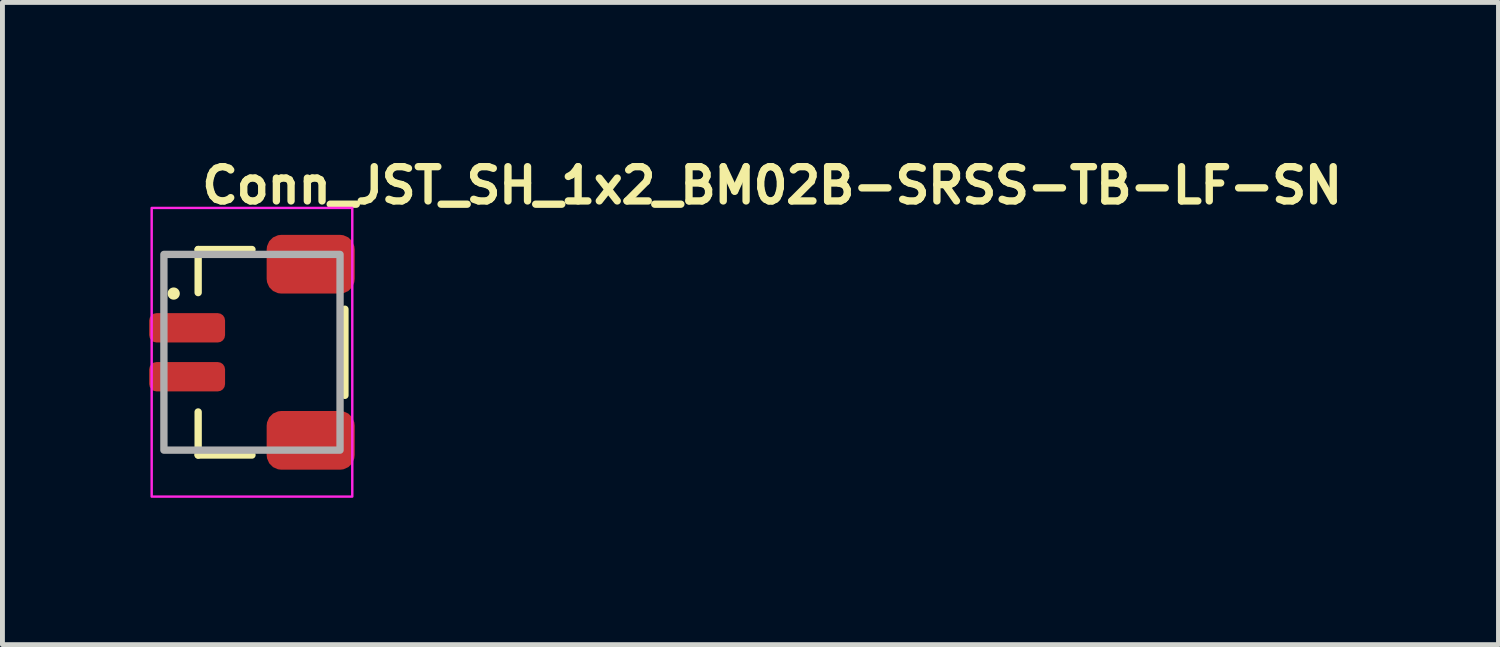
<source format=kicad_pcb>
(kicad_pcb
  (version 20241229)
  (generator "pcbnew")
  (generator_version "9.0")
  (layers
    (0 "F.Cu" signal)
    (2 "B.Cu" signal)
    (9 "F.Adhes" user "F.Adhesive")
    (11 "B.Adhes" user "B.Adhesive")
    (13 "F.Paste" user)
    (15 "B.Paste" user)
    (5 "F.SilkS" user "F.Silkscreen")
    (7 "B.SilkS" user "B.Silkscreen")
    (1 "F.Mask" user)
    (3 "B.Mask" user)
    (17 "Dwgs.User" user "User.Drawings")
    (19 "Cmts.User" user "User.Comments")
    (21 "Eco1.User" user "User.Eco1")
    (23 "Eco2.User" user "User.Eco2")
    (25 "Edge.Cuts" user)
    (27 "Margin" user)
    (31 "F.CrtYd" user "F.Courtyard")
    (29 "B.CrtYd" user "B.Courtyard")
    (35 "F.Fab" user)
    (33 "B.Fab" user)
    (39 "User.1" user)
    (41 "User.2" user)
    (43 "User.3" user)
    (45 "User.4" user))
  (footprint "Conn_JST_SH_1x2_BM02B-SRSS-TB-LF-SN"
    (layer "F.Cu")
    (at 2.1 4.15)
    (property "Reference" "Conn_JST_SH_1x2_BM02B-SRSS-TB-LF-SN" (at -1.1 -3 0) (layer "F.SilkS") (effects (font (size 0.7 0.7) (thickness 0.15)) (justify left bottom)))
    (attr smd)
    (fp_line (start -1.1 -2.1) (end 0 -2.1) (stroke (width 0.15) (type solid)) (layer "F.SilkS"))
    (fp_line (start -1.1 -1.22) (end -1.1 -2.1) (stroke (width 0.15) (type solid)) (layer "F.SilkS"))
    (fp_line (start -1.1 2.1) (end -1.1 1.22) (stroke (width 0.15) (type solid)) (layer "F.SilkS"))
    (fp_line (start -1.1 2.1) (end 0 2.1) (stroke (width 0.15) (type solid)) (layer "F.SilkS"))
    (fp_line (start 1.9 -0.88) (end 1.9 0.88) (stroke (width 0.15) (type solid)) (layer "F.SilkS"))
    (fp_circle (center -1.6 -1.2) (end -1.55 -1.2) (stroke (width 0.15) (type solid)) (fill yes) (layer "F.SilkS"))
    (fp_rect (start -2.05 -2.95) (end 2.05 2.95) (stroke (width 0.05) (type solid)) (fill no) (layer "F.CrtYd"))
    (fp_rect (start -1.8 -2) (end 1.8 2) (stroke (width 0.15) (type solid)) (fill no) (layer "F.Fab"))
    (fp_rect (start -1.8 -2) (end 1.8 2) (stroke (width 0.1) (type solid)) (fill no) (layer "User.5"))
    (fp_line (start -1.8 -0.425) (end -1.8 -0.575) (stroke (width 0.02) (type solid)) (layer "User.9"))
    (fp_line (start -1.8 0.575) (end -1.8 0.425) (stroke (width 0.02) (type solid)) (layer "User.9"))
    (fp_line (start -1.799 -0.575) (end -1.8 -0.575) (stroke (width 0.02) (type solid)) (layer "User.9"))
    (fp_line (start -1.799 -0.425) (end -1.8 -0.425) (stroke (width 0.02) (type solid)) (layer "User.9"))
    (fp_line (start -1.799 0.425) (end -1.8 0.425) (stroke (width 0.02) (type solid)) (layer "User.9"))
    (fp_line (start -1.799 0.575) (end -1.8 0.575) (stroke (width 0.02) (type solid)) (layer "User.9"))
    (fp_line (start -1.798 -0.575) (end -1.799 -0.575) (stroke (width 0.02) (type solid)) (layer "User.9"))
    (fp_line (start -1.798 -0.425) (end -1.799 -0.425) (stroke (width 0.02) (type solid)) (layer "User.9"))
    (fp_line (start -1.798 0.425) (end -1.799 0.425) (stroke (width 0.02) (type solid)) (layer "User.9"))
    (fp_line (start -1.798 0.575) (end -1.799 0.575) (stroke (width 0.02) (type solid)) (layer "User.9"))
    (fp_line (start -1.795 -0.575) (end -1.798 -0.575) (stroke (width 0.02) (type solid)) (layer "User.9"))
    (fp_line (start -1.795 -0.425) (end -1.798 -0.425) (stroke (width 0.02) (type solid)) (layer "User.9"))
    (fp_line (start -1.795 0.425) (end -1.798 0.425) (stroke (width 0.02) (type solid)) (layer "User.9"))
    (fp_line (start -1.795 0.575) (end -1.798 0.575) (stroke (width 0.02) (type solid)) (layer "User.9"))
    (fp_line (start -1.791 -0.575) (end -1.795 -0.575) (stroke (width 0.02) (type solid)) (layer "User.9"))
    (fp_line (start -1.791 -0.425) (end -1.795 -0.425) (stroke (width 0.02) (type solid)) (layer "User.9"))
    (fp_line (start -1.791 0.425) (end -1.795 0.425) (stroke (width 0.02) (type solid)) (layer "User.9"))
    (fp_line (start -1.791 0.575) (end -1.795 0.575) (stroke (width 0.02) (type solid)) (layer "User.9"))
    (fp_line (start -1.786 -0.575) (end -1.791 -0.575) (stroke (width 0.02) (type solid)) (layer "User.9"))
    (fp_line (start -1.786 -0.425) (end -1.791 -0.425) (stroke (width 0.02) (type solid)) (layer "User.9"))
    (fp_line (start -1.786 0.425) (end -1.791 0.425) (stroke (width 0.02) (type solid)) (layer "User.9"))
    (fp_line (start -1.786 0.575) (end -1.791 0.575) (stroke (width 0.02) (type solid)) (layer "User.9"))
    (fp_line (start -1.78 -0.575) (end -1.786 -0.575) (stroke (width 0.02) (type solid)) (layer "User.9"))
    (fp_line (start -1.78 -0.425) (end -1.786 -0.425) (stroke (width 0.02) (type solid)) (layer "User.9"))
    (fp_line (start -1.78 0.425) (end -1.786 0.425) (stroke (width 0.02) (type solid)) (layer "User.9"))
    (fp_line (start -1.78 0.575) (end -1.786 0.575) (stroke (width 0.02) (type solid)) (layer "User.9"))
    (fp_line (start -1.774 -0.575) (end -1.78 -0.575) (stroke (width 0.02) (type solid)) (layer "User.9"))
    (fp_line (start -1.774 -0.425) (end -1.78 -0.425) (stroke (width 0.02) (type solid)) (layer "User.9"))
    (fp_line (start -1.774 0.425) (end -1.78 0.425) (stroke (width 0.02) (type solid)) (layer "User.9"))
    (fp_line (start -1.774 0.575) (end -1.78 0.575) (stroke (width 0.02) (type solid)) (layer "User.9"))
    (fp_line (start -1.766 -0.575) (end -1.774 -0.575) (stroke (width 0.02) (type solid)) (layer "User.9"))
    (fp_line (start -1.766 -0.425) (end -1.774 -0.425) (stroke (width 0.02) (type solid)) (layer "User.9"))
    (fp_line (start -1.766 0.425) (end -1.774 0.425) (stroke (width 0.02) (type solid)) (layer "User.9"))
    (fp_line (start -1.766 0.575) (end -1.774 0.575) (stroke (width 0.02) (type solid)) (layer "User.9"))
    (fp_line (start -1.758 -0.575) (end -1.766 -0.575) (stroke (width 0.02) (type solid)) (layer "User.9"))
    (fp_line (start -1.758 -0.425) (end -1.766 -0.425) (stroke (width 0.02) (type solid)) (layer "User.9"))
    (fp_line (start -1.758 0.425) (end -1.766 0.425) (stroke (width 0.02) (type solid)) (layer "User.9"))
    (fp_line (start -1.758 0.575) (end -1.766 0.575) (stroke (width 0.02) (type solid)) (layer "User.9"))
    (fp_line (start -1.749 -0.575) (end -1.758 -0.575) (stroke (width 0.02) (type solid)) (layer "User.9"))
    (fp_line (start -1.749 -0.425) (end -1.758 -0.425) (stroke (width 0.02) (type solid)) (layer "User.9"))
    (fp_line (start -1.749 0.425) (end -1.758 0.425) (stroke (width 0.02) (type solid)) (layer "User.9"))
    (fp_line (start -1.749 0.575) (end -1.758 0.575) (stroke (width 0.02) (type solid)) (layer "User.9"))
    (fp_line (start -1.74 -0.575) (end -1.749 -0.575) (stroke (width 0.02) (type solid)) (layer "User.9"))
    (fp_line (start -1.74 -0.425) (end -1.749 -0.425) (stroke (width 0.02) (type solid)) (layer "User.9"))
    (fp_line (start -1.74 0.425) (end -1.749 0.425) (stroke (width 0.02) (type solid)) (layer "User.9"))
    (fp_line (start -1.74 0.575) (end -1.749 0.575) (stroke (width 0.02) (type solid)) (layer "User.9"))
    (fp_line (start -1.73 -0.575) (end -1.74 -0.575) (stroke (width 0.02) (type solid)) (layer "User.9"))
    (fp_line (start -1.73 -0.425) (end -1.74 -0.425) (stroke (width 0.02) (type solid)) (layer "User.9"))
    (fp_line (start -1.73 0.425) (end -1.74 0.425) (stroke (width 0.02) (type solid)) (layer "User.9"))
    (fp_line (start -1.73 0.575) (end -1.74 0.575) (stroke (width 0.02) (type solid)) (layer "User.9"))
    (fp_line (start -1.72 -0.575) (end -1.73 -0.575) (stroke (width 0.02) (type solid)) (layer "User.9"))
    (fp_line (start -1.72 -0.425) (end -1.73 -0.425) (stroke (width 0.02) (type solid)) (layer "User.9"))
    (fp_line (start -1.72 0.425) (end -1.73 0.425) (stroke (width 0.02) (type solid)) (layer "User.9"))
    (fp_line (start -1.72 0.575) (end -1.73 0.575) (stroke (width 0.02) (type solid)) (layer "User.9"))
    (fp_line (start -1.71 -0.575) (end -1.72 -0.575) (stroke (width 0.02) (type solid)) (layer "User.9"))
    (fp_line (start -1.71 -0.425) (end -1.72 -0.425) (stroke (width 0.02) (type solid)) (layer "User.9"))
    (fp_line (start -1.71 -0.425) (end -1.71 -0.575) (stroke (width 0.02) (type solid)) (layer "User.9"))
    (fp_line (start -1.71 0.425) (end -1.72 0.425) (stroke (width 0.02) (type solid)) (layer "User.9"))
    (fp_line (start -1.71 0.575) (end -1.72 0.575) (stroke (width 0.02) (type solid)) (layer "User.9"))
    (fp_line (start -1.71 0.575) (end -1.71 0.425) (stroke (width 0.02) (type solid)) (layer "User.9"))
    (fp_line (start -1.287 -0.575) (end -1.71 -0.575) (stroke (width 0.02) (type solid)) (layer "User.9"))
    (fp_line (start -1.287 -0.425) (end -1.71 -0.425) (stroke (width 0.02) (type solid)) (layer "User.9"))
    (fp_line (start -1.287 -0.425) (end -1.287 -0.575) (stroke (width 0.02) (type solid)) (layer "User.9"))
    (fp_line (start -1.287 0.425) (end -1.71 0.425) (stroke (width 0.02) (type solid)) (layer "User.9"))
    (fp_line (start -1.287 0.575) (end -1.71 0.575) (stroke (width 0.02) (type solid)) (layer "User.9"))
    (fp_line (start -1.287 0.575) (end -1.287 0.425) (stroke (width 0.02) (type solid)) (layer "User.9"))
    (fp_line (start -1.1 -0.575) (end -1.287 -0.575) (stroke (width 0.02) (type solid)) (layer "User.9"))
    (fp_line (start -1.1 -0.425) (end -1.287 -0.425) (stroke (width 0.02) (type solid)) (layer "User.9"))
    (fp_line (start -1.1 0.425) (end -1.287 0.425) (stroke (width 0.02) (type solid)) (layer "User.9"))
    (fp_line (start -1.1 0.575) (end -1.287 0.575) (stroke (width 0.02) (type solid)) (layer "User.9"))
    (fp_line (start -1.1 1.2) (end -1.1 -1.2) (stroke (width 0.02) (type solid)) (layer "User.9"))
    (fp_line (start -0.98 -2) (end -0.6 -2) (stroke (width 0.02) (type solid)) (layer "User.9"))
    (fp_line (start -0.98 -1.5) (end -0.98 -2) (stroke (width 0.02) (type solid)) (layer "User.9"))
    (fp_line (start -0.98 -1.2) (end -1.1 -1.2) (stroke (width 0.02) (type solid)) (layer "User.9"))
    (fp_line (start -0.98 -1.2) (end -0.98 -1.5) (stroke (width 0.02) (type solid)) (layer "User.9"))
    (fp_line (start -0.98 1.2) (end -1.1 1.2) (stroke (width 0.02) (type solid)) (layer "User.9"))
    (fp_line (start -0.98 1.2) (end -0.98 1.5) (stroke (width 0.02) (type solid)) (layer "User.9"))
    (fp_line (start -0.98 1.5) (end -0.98 2) (stroke (width 0.02) (type solid)) (layer "User.9"))
    (fp_line (start -0.98 2) (end -0.6 2) (stroke (width 0.02) (type solid)) (layer "User.9"))
    (fp_line (start -0.855 -1.75) (end -0.855 -1.5) (stroke (width 0.02) (type solid)) (layer "User.9"))
    (fp_line (start -0.855 1.5) (end -0.855 1.75) (stroke (width 0.02) (type solid)) (layer "User.9"))
    (fp_line (start -0.855 1.75) (end -0.6 1.75) (stroke (width 0.02) (type solid)) (layer "User.9"))
    (fp_line (start -0.83 -1.35) (end 0.35 -1.35) (stroke (width 0.02) (type solid)) (layer "User.9"))
    (fp_line (start -0.83 1.35) (end -0.83 -1.35) (stroke (width 0.02) (type solid)) (layer "User.9"))
    (fp_line (start -0.73 -1.25) (end -0.83 -1.35) (stroke (width 0.02) (type solid)) (layer "User.9"))
    (fp_line (start -0.73 -1.25) (end -0.73 1.25) (stroke (width 0.02) (type solid)) (layer "User.9"))
    (fp_line (start -0.73 1.25) (end -0.83 1.35) (stroke (width 0.02) (type solid)) (layer "User.9"))
    (fp_line (start -0.73 1.25) (end 0.45 1.25) (stroke (width 0.02) (type solid)) (layer "User.9"))
    (fp_line (start -0.6 -2) (end -0.5 -2) (stroke (width 0.02) (type solid)) (layer "User.9"))
    (fp_line (start -0.6 -1.75) (end -0.855 -1.75) (stroke (width 0.02) (type solid)) (layer "User.9"))
    (fp_line (start -0.6 -1.5) (end -0.6 -2) (stroke (width 0.02) (type solid)) (layer "User.9"))
    (fp_line (start -0.6 1.5) (end -0.6 2) (stroke (width 0.02) (type solid)) (layer "User.9"))
    (fp_line (start -0.6 2) (end -0.5 2) (stroke (width 0.02) (type solid)) (layer "User.9"))
    (fp_line (start -0.5 -2) (end 0.1 -2) (stroke (width 0.02) (type solid)) (layer "User.9"))
    (fp_line (start -0.5 -1.5) (end -0.5 -2) (stroke (width 0.02) (type solid)) (layer "User.9"))
    (fp_line (start -0.5 1.5) (end -0.5 2) (stroke (width 0.02) (type solid)) (layer "User.9"))
    (fp_line (start -0.5 2) (end 0.1 2) (stroke (width 0.02) (type solid)) (layer "User.9"))
    (fp_line (start -0.33 -1.075) (end -0.33 -0.925) (stroke (width 0.02) (type solid)) (layer "User.9"))
    (fp_line (start -0.33 -0.575) (end -0.33 -0.425) (stroke (width 0.02) (type solid)) (layer "User.9"))
    (fp_line (start -0.33 -0.425) (end -0.03 -0.425) (stroke (width 0.02) (type solid)) (layer "User.9"))
    (fp_line (start -0.33 0.425) (end -0.33 0.575) (stroke (width 0.02) (type solid)) (layer "User.9"))
    (fp_line (start -0.33 0.575) (end -0.03 0.575) (stroke (width 0.02) (type solid)) (layer "User.9"))
    (fp_line (start -0.33 0.925) (end -0.33 1.075) (stroke (width 0.02) (type solid)) (layer "User.9"))
    (fp_line (start -0.2 -1.75) (end -0.2 -1.5) (stroke (width 0.02) (type solid)) (layer "User.9"))
    (fp_line (start -0.2 1.5) (end -0.2 1.75) (stroke (width 0.02) (type solid)) (layer "User.9"))
    (fp_line (start -0.2 1.75) (end 0.1 1.75) (stroke (width 0.02) (type solid)) (layer "User.9"))
    (fp_line (start -0.03 -1.075) (end -0.33 -1.075) (stroke (width 0.02) (type solid)) (layer "User.9"))
    (fp_line (start -0.03 -1.075) (end -0.03 -0.925) (stroke (width 0.02) (type solid)) (layer "User.9"))
    (fp_line (start -0.03 -0.925) (end -0.33 -0.925) (stroke (width 0.02) (type solid)) (layer "User.9"))
    (fp_line (start -0.03 -0.575) (end -0.33 -0.575) (stroke (width 0.02) (type solid)) (layer "User.9"))
    (fp_line (start -0.03 -0.425) (end -0.03 -0.575) (stroke (width 0.02) (type solid)) (layer "User.9"))
    (fp_line (start -0.03 0.425) (end -0.33 0.425) (stroke (width 0.02) (type solid)) (layer "User.9"))
    (fp_line (start -0.03 0.575) (end -0.03 0.425) (stroke (width 0.02) (type solid)) (layer "User.9"))
    (fp_line (start -0.03 0.925) (end -0.33 0.925) (stroke (width 0.02) (type solid)) (layer "User.9"))
    (fp_line (start -0.03 0.925) (end -0.03 1.075) (stroke (width 0.02) (type solid)) (layer "User.9"))
    (fp_line (start -0.03 1.075) (end -0.33 1.075) (stroke (width 0.02) (type solid)) (layer "User.9"))
    (fp_line (start 0.1 -2) (end 0.2 -2) (stroke (width 0.02) (type solid)) (layer "User.9"))
    (fp_line (start 0.1 -1.75) (end -0.2 -1.75) (stroke (width 0.02) (type solid)) (layer "User.9"))
    (fp_line (start 0.1 -1.5) (end 0.1 -2) (stroke (width 0.02) (type solid)) (layer "User.9"))
    (fp_line (start 0.1 1.5) (end 0.1 2) (stroke (width 0.02) (type solid)) (layer "User.9"))
    (fp_line (start 0.1 2) (end 0.2 2) (stroke (width 0.02) (type solid)) (layer "User.9"))
    (fp_line (start 0.2 -1.5) (end -0.98 -1.5) (stroke (width 0.02) (type solid)) (layer "User.9"))
    (fp_line (start 0.2 -1.5) (end 0.2 -2) (stroke (width 0.02) (type solid)) (layer "User.9"))
    (fp_line (start 0.2 1.5) (end -0.98 1.5) (stroke (width 0.02) (type solid)) (layer "User.9"))
    (fp_line (start 0.2 1.5) (end 0.2 2) (stroke (width 0.02) (type solid)) (layer "User.9"))
    (fp_line (start 0.35 -1.7) (end 0.45 -1.6) (stroke (width 0.02) (type solid)) (layer "User.9"))
    (fp_line (start 0.35 -1.7) (end 1.15 -1.7) (stroke (width 0.02) (type solid)) (layer "User.9"))
    (fp_line (start 0.35 -1.35) (end 0.35 -1.7) (stroke (width 0.02) (type solid)) (layer "User.9"))
    (fp_line (start 0.35 -1.35) (end 0.45 -1.25) (stroke (width 0.02) (type solid)) (layer "User.9"))
    (fp_line (start 0.35 1.35) (end -0.83 1.35) (stroke (width 0.02) (type solid)) (layer "User.9"))
    (fp_line (start 0.35 1.7) (end 0.35 1.35) (stroke (width 0.02) (type solid)) (layer "User.9"))
    (fp_line (start 0.45 -1.6) (end 0.45 -1.25) (stroke (width 0.02) (type solid)) (layer "User.9"))
    (fp_line (start 0.45 -1.25) (end -0.73 -1.25) (stroke (width 0.02) (type solid)) (layer "User.9"))
    (fp_line (start 0.45 -1.25) (end 1.05 -1.25) (stroke (width 0.02) (type solid)) (layer "User.9"))
    (fp_line (start 0.45 1.25) (end 0.35 1.35) (stroke (width 0.02) (type solid)) (layer "User.9"))
    (fp_line (start 0.45 1.25) (end 0.45 1.6) (stroke (width 0.02) (type solid)) (layer "User.9"))
    (fp_line (start 0.45 1.6) (end 0.35 1.7) (stroke (width 0.02) (type solid)) (layer "User.9"))
    (fp_line (start 0.45 1.6) (end 1.05 1.6) (stroke (width 0.02) (type solid)) (layer "User.9"))
    (fp_line (start 0.77 -0.575) (end 0.806 -0.539) (stroke (width 0.02) (type solid)) (layer "User.9"))
    (fp_line (start 0.77 -0.575) (end 1.07 -0.575) (stroke (width 0.02) (type solid)) (layer "User.9"))
    (fp_line (start 0.77 -0.425) (end 0.77 -0.575) (stroke (width 0.02) (type solid)) (layer "User.9"))
    (fp_line (start 0.77 0.425) (end 0.806 0.461) (stroke (width 0.02) (type solid)) (layer "User.9"))
    (fp_line (start 0.77 0.425) (end 1.07 0.425) (stroke (width 0.02) (type solid)) (layer "User.9"))
    (fp_line (start 0.77 0.575) (end 0.77 0.425) (stroke (width 0.02) (type solid)) (layer "User.9"))
    (fp_line (start 0.806 -0.539) (end 0.806 -0.461) (stroke (width 0.02) (type solid)) (layer "User.9"))
    (fp_line (start 0.806 -0.461) (end 0.77 -0.425) (stroke (width 0.02) (type solid)) (layer "User.9"))
    (fp_line (start 0.806 -0.461) (end 1.034 -0.461) (stroke (width 0.02) (type solid)) (layer "User.9"))
    (fp_line (start 0.806 0.461) (end 0.806 0.539) (stroke (width 0.02) (type solid)) (layer "User.9"))
    (fp_line (start 0.806 0.539) (end 0.77 0.575) (stroke (width 0.02) (type solid)) (layer "User.9"))
    (fp_line (start 0.806 0.539) (end 1.034 0.539) (stroke (width 0.02) (type solid)) (layer "User.9"))
    (fp_line (start 1.034 -0.539) (end 0.806 -0.539) (stroke (width 0.02) (type solid)) (layer "User.9"))
    (fp_line (start 1.034 -0.461) (end 1.034 -0.539) (stroke (width 0.02) (type solid)) (layer "User.9"))
    (fp_line (start 1.034 -0.461) (end 1.07 -0.425) (stroke (width 0.02) (type solid)) (layer "User.9"))
    (fp_line (start 1.034 0.461) (end 0.806 0.461) (stroke (width 0.02) (type solid)) (layer "User.9"))
    (fp_line (start 1.034 0.539) (end 1.034 0.461) (stroke (width 0.02) (type solid)) (layer "User.9"))
    (fp_line (start 1.034 0.539) (end 1.07 0.575) (stroke (width 0.02) (type solid)) (layer "User.9"))
    (fp_line (start 1.05 -1.6) (end 0.45 -1.6) (stroke (width 0.02) (type solid)) (layer "User.9"))
    (fp_line (start 1.05 -1.25) (end 1.05 -1.6) (stroke (width 0.02) (type solid)) (layer "User.9"))
    (fp_line (start 1.05 1.25) (end 0.45 1.25) (stroke (width 0.02) (type solid)) (layer "User.9"))
    (fp_line (start 1.05 1.25) (end 1.15 1.35) (stroke (width 0.02) (type solid)) (layer "User.9"))
    (fp_line (start 1.05 1.25) (end 1.55 1.25) (stroke (width 0.02) (type solid)) (layer "User.9"))
    (fp_line (start 1.05 1.6) (end 1.05 1.25) (stroke (width 0.02) (type solid)) (layer "User.9"))
    (fp_line (start 1.05 1.6) (end 1.15 1.7) (stroke (width 0.02) (type solid)) (layer "User.9"))
    (fp_line (start 1.07 -0.575) (end 1.034 -0.539) (stroke (width 0.02) (type solid)) (layer "User.9"))
    (fp_line (start 1.07 -0.575) (end 1.07 -0.425) (stroke (width 0.02) (type solid)) (layer "User.9"))
    (fp_line (start 1.07 -0.425) (end 0.77 -0.425) (stroke (width 0.02) (type solid)) (layer "User.9"))
    (fp_line (start 1.07 0.425) (end 1.034 0.461) (stroke (width 0.02) (type solid)) (layer "User.9"))
    (fp_line (start 1.07 0.425) (end 1.07 0.575) (stroke (width 0.02) (type solid)) (layer "User.9"))
    (fp_line (start 1.07 0.575) (end 0.77 0.575) (stroke (width 0.02) (type solid)) (layer "User.9"))
    (fp_line (start 1.15 -1.7) (end 1.05 -1.6) (stroke (width 0.02) (type solid)) (layer "User.9"))
    (fp_line (start 1.15 -1.7) (end 1.15 -1.35) (stroke (width 0.02) (type solid)) (layer "User.9"))
    (fp_line (start 1.15 -1.35) (end 1.05 -1.25) (stroke (width 0.02) (type solid)) (layer "User.9"))
    (fp_line (start 1.15 -1.35) (end 1.65 -1.35) (stroke (width 0.02) (type solid)) (layer "User.9"))
    (fp_line (start 1.15 1.35) (end 1.15 1.7) (stroke (width 0.02) (type solid)) (layer "User.9"))
    (fp_line (start 1.15 1.7) (end 0.35 1.7) (stroke (width 0.02) (type solid)) (layer "User.9"))
    (fp_line (start 1.55 -1.25) (end 1.05 -1.25) (stroke (width 0.02) (type solid)) (layer "User.9"))
    (fp_line (start 1.55 1.25) (end 1.55 -1.25) (stroke (width 0.02) (type solid)) (layer "User.9"))
    (fp_line (start 1.6 -2) (end 0.2 -2) (stroke (width 0.02) (type solid)) (layer "User.9"))
    (fp_line (start 1.6 -1.75) (end 1.6 -2) (stroke (width 0.02) (type solid)) (layer "User.9"))
    (fp_line (start 1.6 1.75) (end 1.6 2) (stroke (width 0.02) (type solid)) (layer "User.9"))
    (fp_line (start 1.6 2) (end 0.2 2) (stroke (width 0.02) (type solid)) (layer "User.9"))
    (fp_line (start 1.65 -1.35) (end 1.55 -1.25) (stroke (width 0.02) (type solid)) (layer "User.9"))
    (fp_line (start 1.65 -1.35) (end 1.65 1.35) (stroke (width 0.02) (type solid)) (layer "User.9"))
    (fp_line (start 1.65 1.35) (end 1.15 1.35) (stroke (width 0.02) (type solid)) (layer "User.9"))
    (fp_line (start 1.65 1.35) (end 1.55 1.25) (stroke (width 0.02) (type solid)) (layer "User.9"))
    (fp_line (start 1.8 -1.75) (end 1.6 -1.75) (stroke (width 0.02) (type solid)) (layer "User.9"))
    (fp_line (start 1.8 1.75) (end 1.6 1.75) (stroke (width 0.02) (type solid)) (layer "User.9"))
    (fp_line (start 1.8 1.75) (end 1.8 -1.75) (stroke (width 0.02) (type solid)) (layer "User.9"))
    (pad "1" smd roundrect (at -1.325 -0.5 270) (size 0.6 1.55) (layers "F.Cu" "F.Mask" "F.Paste") (roundrect_rratio 0.25))
    (pad "2" smd roundrect (at -1.325 0.5 90) (size 0.6 1.55) (layers "F.Cu" "F.Mask" "F.Paste") (roundrect_rratio 0.25))
    (pad "MP" smd roundrect (at 1.2 -1.8 90) (size 1.2 1.8) (layers "F.Cu" "F.Mask" "F.Paste") (roundrect_rratio 0.25))
    (pad "MP" smd roundrect (at 1.2 1.8 90) (size 1.2 1.8) (layers "F.Cu" "F.Mask" "F.Paste") (roundrect_rratio 0.25)))
  (gr_rect
    (start -3 -3)
    (end 27.577 10.125)
    (stroke (width 0.1) (type default))
    (fill no)
    (layer "Edge.Cuts")))
</source>
